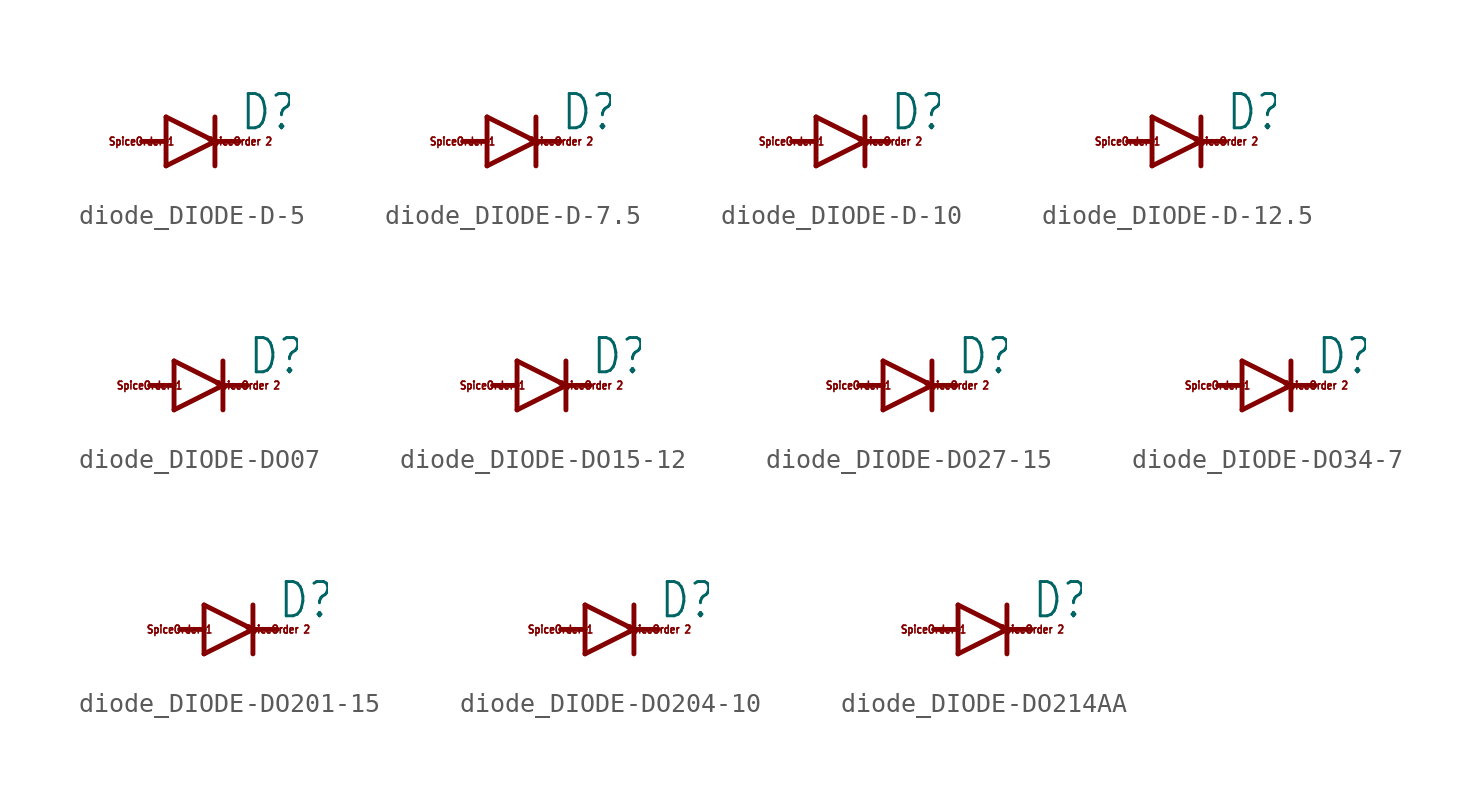
<source format=kicad_sym>
(kicad_symbol_lib
  (version 20231120)
  (generator "kicad_symbol_editor")
  (generator_version "8.0")
  (symbol "diode_DIODE-D-5"
    (property "Reference" "D"
      (at 2.54 0.483 0)
      (effects (font (size 1.778 1.511)) (justify left bottom)))
    (property "Value" ""
      (at 2.54 -2.311 0)
      (effects (font (size 1.778 1.511)) (justify left bottom)))
    (property "ki_locked" ""
      (at 0 0 0)
      (effects (font (size 1.27 1.27))))
    (symbol "diode_DIODE-D-5_1_0"
      (polyline (pts (xy -1.27 -1.27) (xy 1.27 0)) (stroke (width 0.254) (type solid)) (fill (type none)))
      (polyline (pts (xy -1.27 0) (xy -2.54 0)) (stroke (width 0.254) (type solid)) (fill (type none)))
      (polyline (pts (xy -1.27 0) (xy -1.27 -1.27)) (stroke (width 0.254) (type solid)) (fill (type none)))
      (polyline (pts (xy -1.27 1.27) (xy -1.27 0)) (stroke (width 0.254) (type solid)) (fill (type none)))
      (polyline (pts (xy 1.27 0) (xy -1.27 1.27)) (stroke (width 0.254) (type solid)) (fill (type none)))
      (polyline (pts (xy 1.27 0) (xy 1.27 -1.27)) (stroke (width 0.254) (type solid)) (fill (type none)))
      (polyline (pts (xy 1.27 1.27) (xy 1.27 0)) (stroke (width 0.254) (type solid)) (fill (type none)))
      (polyline (pts (xy 2.54 0) (xy 1.27 0)) (stroke (width 0.254) (type solid)) (fill (type none)))
      (text "SpiceOrder 1" (at -2.54 0 0) (effects (font (size 0.406 0.345))))
      (text "SpiceOrder 2" (at 2.54 0 0) (effects (font (size 0.406 0.345))))
      (pin passive line (at -2.54 0 0) (length 0) (name "A" (effects (font (size 0 0)))) (number "A" (effects (font (size 0 0)))))
      (pin passive line (at 2.54 0 180) (length 0) (name "C" (effects (font (size 0 0)))) (number "C" (effects (font (size 0 0)))))))
  (symbol "diode_DIODE-D-7.5"
    (property "Reference" "D"
      (at 2.54 0.483 0)
      (effects (font (size 1.778 1.511)) (justify left bottom)))
    (property "Value" ""
      (at 2.54 -2.311 0)
      (effects (font (size 1.778 1.511)) (justify left bottom)))
    (property "ki_locked" ""
      (at 0 0 0)
      (effects (font (size 1.27 1.27))))
    (symbol "diode_DIODE-D-7.5_1_0"
      (polyline (pts (xy -1.27 -1.27) (xy 1.27 0)) (stroke (width 0.254) (type solid)) (fill (type none)))
      (polyline (pts (xy -1.27 0) (xy -2.54 0)) (stroke (width 0.254) (type solid)) (fill (type none)))
      (polyline (pts (xy -1.27 0) (xy -1.27 -1.27)) (stroke (width 0.254) (type solid)) (fill (type none)))
      (polyline (pts (xy -1.27 1.27) (xy -1.27 0)) (stroke (width 0.254) (type solid)) (fill (type none)))
      (polyline (pts (xy 1.27 0) (xy -1.27 1.27)) (stroke (width 0.254) (type solid)) (fill (type none)))
      (polyline (pts (xy 1.27 0) (xy 1.27 -1.27)) (stroke (width 0.254) (type solid)) (fill (type none)))
      (polyline (pts (xy 1.27 1.27) (xy 1.27 0)) (stroke (width 0.254) (type solid)) (fill (type none)))
      (polyline (pts (xy 2.54 0) (xy 1.27 0)) (stroke (width 0.254) (type solid)) (fill (type none)))
      (text "SpiceOrder 1" (at -2.54 0 0) (effects (font (size 0.406 0.345))))
      (text "SpiceOrder 2" (at 2.54 0 0) (effects (font (size 0.406 0.345))))
      (pin passive line (at -2.54 0 0) (length 0) (name "A" (effects (font (size 0 0)))) (number "A" (effects (font (size 0 0)))))
      (pin passive line (at 2.54 0 180) (length 0) (name "C" (effects (font (size 0 0)))) (number "C" (effects (font (size 0 0)))))))
  (symbol "diode_DIODE-D-10"
    (property "Reference" "D"
      (at 2.54 0.483 0)
      (effects (font (size 1.778 1.511)) (justify left bottom)))
    (property "Value" ""
      (at 2.54 -2.311 0)
      (effects (font (size 1.778 1.511)) (justify left bottom)))
    (property "ki_locked" ""
      (at 0 0 0)
      (effects (font (size 1.27 1.27))))
    (symbol "diode_DIODE-D-10_1_0"
      (polyline (pts (xy -1.27 -1.27) (xy 1.27 0)) (stroke (width 0.254) (type solid)) (fill (type none)))
      (polyline (pts (xy -1.27 0) (xy -2.54 0)) (stroke (width 0.254) (type solid)) (fill (type none)))
      (polyline (pts (xy -1.27 0) (xy -1.27 -1.27)) (stroke (width 0.254) (type solid)) (fill (type none)))
      (polyline (pts (xy -1.27 1.27) (xy -1.27 0)) (stroke (width 0.254) (type solid)) (fill (type none)))
      (polyline (pts (xy 1.27 0) (xy -1.27 1.27)) (stroke (width 0.254) (type solid)) (fill (type none)))
      (polyline (pts (xy 1.27 0) (xy 1.27 -1.27)) (stroke (width 0.254) (type solid)) (fill (type none)))
      (polyline (pts (xy 1.27 1.27) (xy 1.27 0)) (stroke (width 0.254) (type solid)) (fill (type none)))
      (polyline (pts (xy 2.54 0) (xy 1.27 0)) (stroke (width 0.254) (type solid)) (fill (type none)))
      (text "SpiceOrder 1" (at -2.54 0 0) (effects (font (size 0.406 0.345))))
      (text "SpiceOrder 2" (at 2.54 0 0) (effects (font (size 0.406 0.345))))
      (pin passive line (at -2.54 0 0) (length 0) (name "A" (effects (font (size 0 0)))) (number "A" (effects (font (size 0 0)))))
      (pin passive line (at 2.54 0 180) (length 0) (name "C" (effects (font (size 0 0)))) (number "C" (effects (font (size 0 0)))))))
  (symbol "diode_DIODE-D-12.5"
    (property "Reference" "D"
      (at 2.54 0.483 0)
      (effects (font (size 1.778 1.511)) (justify left bottom)))
    (property "Value" ""
      (at 2.54 -2.311 0)
      (effects (font (size 1.778 1.511)) (justify left bottom)))
    (property "ki_locked" ""
      (at 0 0 0)
      (effects (font (size 1.27 1.27))))
    (symbol "diode_DIODE-D-12.5_1_0"
      (polyline (pts (xy -1.27 -1.27) (xy 1.27 0)) (stroke (width 0.254) (type solid)) (fill (type none)))
      (polyline (pts (xy -1.27 0) (xy -2.54 0)) (stroke (width 0.254) (type solid)) (fill (type none)))
      (polyline (pts (xy -1.27 0) (xy -1.27 -1.27)) (stroke (width 0.254) (type solid)) (fill (type none)))
      (polyline (pts (xy -1.27 1.27) (xy -1.27 0)) (stroke (width 0.254) (type solid)) (fill (type none)))
      (polyline (pts (xy 1.27 0) (xy -1.27 1.27)) (stroke (width 0.254) (type solid)) (fill (type none)))
      (polyline (pts (xy 1.27 0) (xy 1.27 -1.27)) (stroke (width 0.254) (type solid)) (fill (type none)))
      (polyline (pts (xy 1.27 1.27) (xy 1.27 0)) (stroke (width 0.254) (type solid)) (fill (type none)))
      (polyline (pts (xy 2.54 0) (xy 1.27 0)) (stroke (width 0.254) (type solid)) (fill (type none)))
      (text "SpiceOrder 1" (at -2.54 0 0) (effects (font (size 0.406 0.345))))
      (text "SpiceOrder 2" (at 2.54 0 0) (effects (font (size 0.406 0.345))))
      (pin passive line (at -2.54 0 0) (length 0) (name "A" (effects (font (size 0 0)))) (number "A" (effects (font (size 0 0)))))
      (pin passive line (at 2.54 0 180) (length 0) (name "C" (effects (font (size 0 0)))) (number "C" (effects (font (size 0 0)))))))
  (symbol "diode_DIODE-DO07"
    (property "Reference" "D"
      (at 2.54 0.483 0)
      (effects (font (size 1.778 1.511)) (justify left bottom)))
    (property "Value" ""
      (at 2.54 -2.311 0)
      (effects (font (size 1.778 1.511)) (justify left bottom)))
    (property "ki_locked" ""
      (at 0 0 0)
      (effects (font (size 1.27 1.27))))
    (symbol "diode_DIODE-DO07_1_0"
      (polyline (pts (xy -1.27 -1.27) (xy 1.27 0)) (stroke (width 0.254) (type solid)) (fill (type none)))
      (polyline (pts (xy -1.27 0) (xy -2.54 0)) (stroke (width 0.254) (type solid)) (fill (type none)))
      (polyline (pts (xy -1.27 0) (xy -1.27 -1.27)) (stroke (width 0.254) (type solid)) (fill (type none)))
      (polyline (pts (xy -1.27 1.27) (xy -1.27 0)) (stroke (width 0.254) (type solid)) (fill (type none)))
      (polyline (pts (xy 1.27 0) (xy -1.27 1.27)) (stroke (width 0.254) (type solid)) (fill (type none)))
      (polyline (pts (xy 1.27 0) (xy 1.27 -1.27)) (stroke (width 0.254) (type solid)) (fill (type none)))
      (polyline (pts (xy 1.27 1.27) (xy 1.27 0)) (stroke (width 0.254) (type solid)) (fill (type none)))
      (polyline (pts (xy 2.54 0) (xy 1.27 0)) (stroke (width 0.254) (type solid)) (fill (type none)))
      (text "SpiceOrder 1" (at -2.54 0 0) (effects (font (size 0.406 0.345))))
      (text "SpiceOrder 2" (at 2.54 0 0) (effects (font (size 0.406 0.345))))
      (pin passive line (at -2.54 0 0) (length 0) (name "A" (effects (font (size 0 0)))) (number "A" (effects (font (size 0 0)))))
      (pin passive line (at 2.54 0 180) (length 0) (name "C" (effects (font (size 0 0)))) (number "C" (effects (font (size 0 0)))))))
  (symbol "diode_DIODE-DO15-12"
    (property "Reference" "D"
      (at 2.54 0.483 0)
      (effects (font (size 1.778 1.511)) (justify left bottom)))
    (property "Value" ""
      (at 2.54 -2.311 0)
      (effects (font (size 1.778 1.511)) (justify left bottom)))
    (property "ki_locked" ""
      (at 0 0 0)
      (effects (font (size 1.27 1.27))))
    (symbol "diode_DIODE-DO15-12_1_0"
      (polyline (pts (xy -1.27 -1.27) (xy 1.27 0)) (stroke (width 0.254) (type solid)) (fill (type none)))
      (polyline (pts (xy -1.27 0) (xy -2.54 0)) (stroke (width 0.254) (type solid)) (fill (type none)))
      (polyline (pts (xy -1.27 0) (xy -1.27 -1.27)) (stroke (width 0.254) (type solid)) (fill (type none)))
      (polyline (pts (xy -1.27 1.27) (xy -1.27 0)) (stroke (width 0.254) (type solid)) (fill (type none)))
      (polyline (pts (xy 1.27 0) (xy -1.27 1.27)) (stroke (width 0.254) (type solid)) (fill (type none)))
      (polyline (pts (xy 1.27 0) (xy 1.27 -1.27)) (stroke (width 0.254) (type solid)) (fill (type none)))
      (polyline (pts (xy 1.27 1.27) (xy 1.27 0)) (stroke (width 0.254) (type solid)) (fill (type none)))
      (polyline (pts (xy 2.54 0) (xy 1.27 0)) (stroke (width 0.254) (type solid)) (fill (type none)))
      (text "SpiceOrder 1" (at -2.54 0 0) (effects (font (size 0.406 0.345))))
      (text "SpiceOrder 2" (at 2.54 0 0) (effects (font (size 0.406 0.345))))
      (pin passive line (at -2.54 0 0) (length 0) (name "A" (effects (font (size 0 0)))) (number "A" (effects (font (size 0 0)))))
      (pin passive line (at 2.54 0 180) (length 0) (name "C" (effects (font (size 0 0)))) (number "C" (effects (font (size 0 0)))))))
  (symbol "diode_DIODE-DO27-15"
    (property "Reference" "D"
      (at 2.54 0.483 0)
      (effects (font (size 1.778 1.511)) (justify left bottom)))
    (property "Value" ""
      (at 2.54 -2.311 0)
      (effects (font (size 1.778 1.511)) (justify left bottom)))
    (property "ki_locked" ""
      (at 0 0 0)
      (effects (font (size 1.27 1.27))))
    (symbol "diode_DIODE-DO27-15_1_0"
      (polyline (pts (xy -1.27 -1.27) (xy 1.27 0)) (stroke (width 0.254) (type solid)) (fill (type none)))
      (polyline (pts (xy -1.27 0) (xy -2.54 0)) (stroke (width 0.254) (type solid)) (fill (type none)))
      (polyline (pts (xy -1.27 0) (xy -1.27 -1.27)) (stroke (width 0.254) (type solid)) (fill (type none)))
      (polyline (pts (xy -1.27 1.27) (xy -1.27 0)) (stroke (width 0.254) (type solid)) (fill (type none)))
      (polyline (pts (xy 1.27 0) (xy -1.27 1.27)) (stroke (width 0.254) (type solid)) (fill (type none)))
      (polyline (pts (xy 1.27 0) (xy 1.27 -1.27)) (stroke (width 0.254) (type solid)) (fill (type none)))
      (polyline (pts (xy 1.27 1.27) (xy 1.27 0)) (stroke (width 0.254) (type solid)) (fill (type none)))
      (polyline (pts (xy 2.54 0) (xy 1.27 0)) (stroke (width 0.254) (type solid)) (fill (type none)))
      (text "SpiceOrder 1" (at -2.54 0 0) (effects (font (size 0.406 0.345))))
      (text "SpiceOrder 2" (at 2.54 0 0) (effects (font (size 0.406 0.345))))
      (pin passive line (at -2.54 0 0) (length 0) (name "A" (effects (font (size 0 0)))) (number "A" (effects (font (size 0 0)))))
      (pin passive line (at 2.54 0 180) (length 0) (name "C" (effects (font (size 0 0)))) (number "C" (effects (font (size 0 0)))))))
  (symbol "diode_DIODE-DO34-7"
    (property "Reference" "D"
      (at 2.54 0.483 0)
      (effects (font (size 1.778 1.511)) (justify left bottom)))
    (property "Value" ""
      (at 2.54 -2.311 0)
      (effects (font (size 1.778 1.511)) (justify left bottom)))
    (property "ki_locked" ""
      (at 0 0 0)
      (effects (font (size 1.27 1.27))))
    (symbol "diode_DIODE-DO34-7_1_0"
      (polyline (pts (xy -1.27 -1.27) (xy 1.27 0)) (stroke (width 0.254) (type solid)) (fill (type none)))
      (polyline (pts (xy -1.27 0) (xy -2.54 0)) (stroke (width 0.254) (type solid)) (fill (type none)))
      (polyline (pts (xy -1.27 0) (xy -1.27 -1.27)) (stroke (width 0.254) (type solid)) (fill (type none)))
      (polyline (pts (xy -1.27 1.27) (xy -1.27 0)) (stroke (width 0.254) (type solid)) (fill (type none)))
      (polyline (pts (xy 1.27 0) (xy -1.27 1.27)) (stroke (width 0.254) (type solid)) (fill (type none)))
      (polyline (pts (xy 1.27 0) (xy 1.27 -1.27)) (stroke (width 0.254) (type solid)) (fill (type none)))
      (polyline (pts (xy 1.27 1.27) (xy 1.27 0)) (stroke (width 0.254) (type solid)) (fill (type none)))
      (polyline (pts (xy 2.54 0) (xy 1.27 0)) (stroke (width 0.254) (type solid)) (fill (type none)))
      (text "SpiceOrder 1" (at -2.54 0 0) (effects (font (size 0.406 0.345))))
      (text "SpiceOrder 2" (at 2.54 0 0) (effects (font (size 0.406 0.345))))
      (pin passive line (at -2.54 0 0) (length 0) (name "A" (effects (font (size 0 0)))) (number "A" (effects (font (size 0 0)))))
      (pin passive line (at 2.54 0 180) (length 0) (name "C" (effects (font (size 0 0)))) (number "C" (effects (font (size 0 0)))))))
  (symbol "diode_DIODE-DO201-15"
    (property "Reference" "D"
      (at 2.54 0.483 0)
      (effects (font (size 1.778 1.511)) (justify left bottom)))
    (property "Value" ""
      (at 2.54 -2.311 0)
      (effects (font (size 1.778 1.511)) (justify left bottom)))
    (property "ki_locked" ""
      (at 0 0 0)
      (effects (font (size 1.27 1.27))))
    (symbol "diode_DIODE-DO201-15_1_0"
      (polyline (pts (xy -1.27 -1.27) (xy 1.27 0)) (stroke (width 0.254) (type solid)) (fill (type none)))
      (polyline (pts (xy -1.27 0) (xy -2.54 0)) (stroke (width 0.254) (type solid)) (fill (type none)))
      (polyline (pts (xy -1.27 0) (xy -1.27 -1.27)) (stroke (width 0.254) (type solid)) (fill (type none)))
      (polyline (pts (xy -1.27 1.27) (xy -1.27 0)) (stroke (width 0.254) (type solid)) (fill (type none)))
      (polyline (pts (xy 1.27 0) (xy -1.27 1.27)) (stroke (width 0.254) (type solid)) (fill (type none)))
      (polyline (pts (xy 1.27 0) (xy 1.27 -1.27)) (stroke (width 0.254) (type solid)) (fill (type none)))
      (polyline (pts (xy 1.27 1.27) (xy 1.27 0)) (stroke (width 0.254) (type solid)) (fill (type none)))
      (polyline (pts (xy 2.54 0) (xy 1.27 0)) (stroke (width 0.254) (type solid)) (fill (type none)))
      (text "SpiceOrder 1" (at -2.54 0 0) (effects (font (size 0.406 0.345))))
      (text "SpiceOrder 2" (at 2.54 0 0) (effects (font (size 0.406 0.345))))
      (pin passive line (at -2.54 0 0) (length 0) (name "A" (effects (font (size 0 0)))) (number "A" (effects (font (size 0 0)))))
      (pin passive line (at 2.54 0 180) (length 0) (name "C" (effects (font (size 0 0)))) (number "C" (effects (font (size 0 0)))))))
  (symbol "diode_DIODE-DO204-10"
    (property "Reference" "D"
      (at 2.54 0.483 0)
      (effects (font (size 1.778 1.511)) (justify left bottom)))
    (property "Value" ""
      (at 2.54 -2.311 0)
      (effects (font (size 1.778 1.511)) (justify left bottom)))
    (property "ki_locked" ""
      (at 0 0 0)
      (effects (font (size 1.27 1.27))))
    (symbol "diode_DIODE-DO204-10_1_0"
      (polyline (pts (xy -1.27 -1.27) (xy 1.27 0)) (stroke (width 0.254) (type solid)) (fill (type none)))
      (polyline (pts (xy -1.27 0) (xy -2.54 0)) (stroke (width 0.254) (type solid)) (fill (type none)))
      (polyline (pts (xy -1.27 0) (xy -1.27 -1.27)) (stroke (width 0.254) (type solid)) (fill (type none)))
      (polyline (pts (xy -1.27 1.27) (xy -1.27 0)) (stroke (width 0.254) (type solid)) (fill (type none)))
      (polyline (pts (xy 1.27 0) (xy -1.27 1.27)) (stroke (width 0.254) (type solid)) (fill (type none)))
      (polyline (pts (xy 1.27 0) (xy 1.27 -1.27)) (stroke (width 0.254) (type solid)) (fill (type none)))
      (polyline (pts (xy 1.27 1.27) (xy 1.27 0)) (stroke (width 0.254) (type solid)) (fill (type none)))
      (polyline (pts (xy 2.54 0) (xy 1.27 0)) (stroke (width 0.254) (type solid)) (fill (type none)))
      (text "SpiceOrder 1" (at -2.54 0 0) (effects (font (size 0.406 0.345))))
      (text "SpiceOrder 2" (at 2.54 0 0) (effects (font (size 0.406 0.345))))
      (pin passive line (at -2.54 0 0) (length 0) (name "A" (effects (font (size 0 0)))) (number "A" (effects (font (size 0 0)))))
      (pin passive line (at 2.54 0 180) (length 0) (name "C" (effects (font (size 0 0)))) (number "C" (effects (font (size 0 0)))))))
  (symbol "diode_DIODE-DO214AA"
    (property "Reference" "D"
      (at 2.54 0.483 0)
      (effects (font (size 1.778 1.511)) (justify left bottom)))
    (property "Value" ""
      (at 2.54 -2.311 0)
      (effects (font (size 1.778 1.511)) (justify left bottom)))
    (property "ki_locked" ""
      (at 0 0 0)
      (effects (font (size 1.27 1.27))))
    (symbol "diode_DIODE-DO214AA_1_0"
      (polyline (pts (xy -1.27 -1.27) (xy 1.27 0)) (stroke (width 0.254) (type solid)) (fill (type none)))
      (polyline (pts (xy -1.27 0) (xy -2.54 0)) (stroke (width 0.254) (type solid)) (fill (type none)))
      (polyline (pts (xy -1.27 0) (xy -1.27 -1.27)) (stroke (width 0.254) (type solid)) (fill (type none)))
      (polyline (pts (xy -1.27 1.27) (xy -1.27 0)) (stroke (width 0.254) (type solid)) (fill (type none)))
      (polyline (pts (xy 1.27 0) (xy -1.27 1.27)) (stroke (width 0.254) (type solid)) (fill (type none)))
      (polyline (pts (xy 1.27 0) (xy 1.27 -1.27)) (stroke (width 0.254) (type solid)) (fill (type none)))
      (polyline (pts (xy 1.27 1.27) (xy 1.27 0)) (stroke (width 0.254) (type solid)) (fill (type none)))
      (polyline (pts (xy 2.54 0) (xy 1.27 0)) (stroke (width 0.254) (type solid)) (fill (type none)))
      (text "SpiceOrder 1" (at -2.54 0 0) (effects (font (size 0.406 0.345))))
      (text "SpiceOrder 2" (at 2.54 0 0) (effects (font (size 0.406 0.345))))
      (pin passive line (at -2.54 0 0) (length 0) (name "A" (effects (font (size 0 0)))) (number "A" (effects (font (size 0 0)))))
      (pin passive line (at 2.54 0 180) (length 0) (name "C" (effects (font (size 0 0)))) (number "C" (effects (font (size 0 0))))))))
</source>
